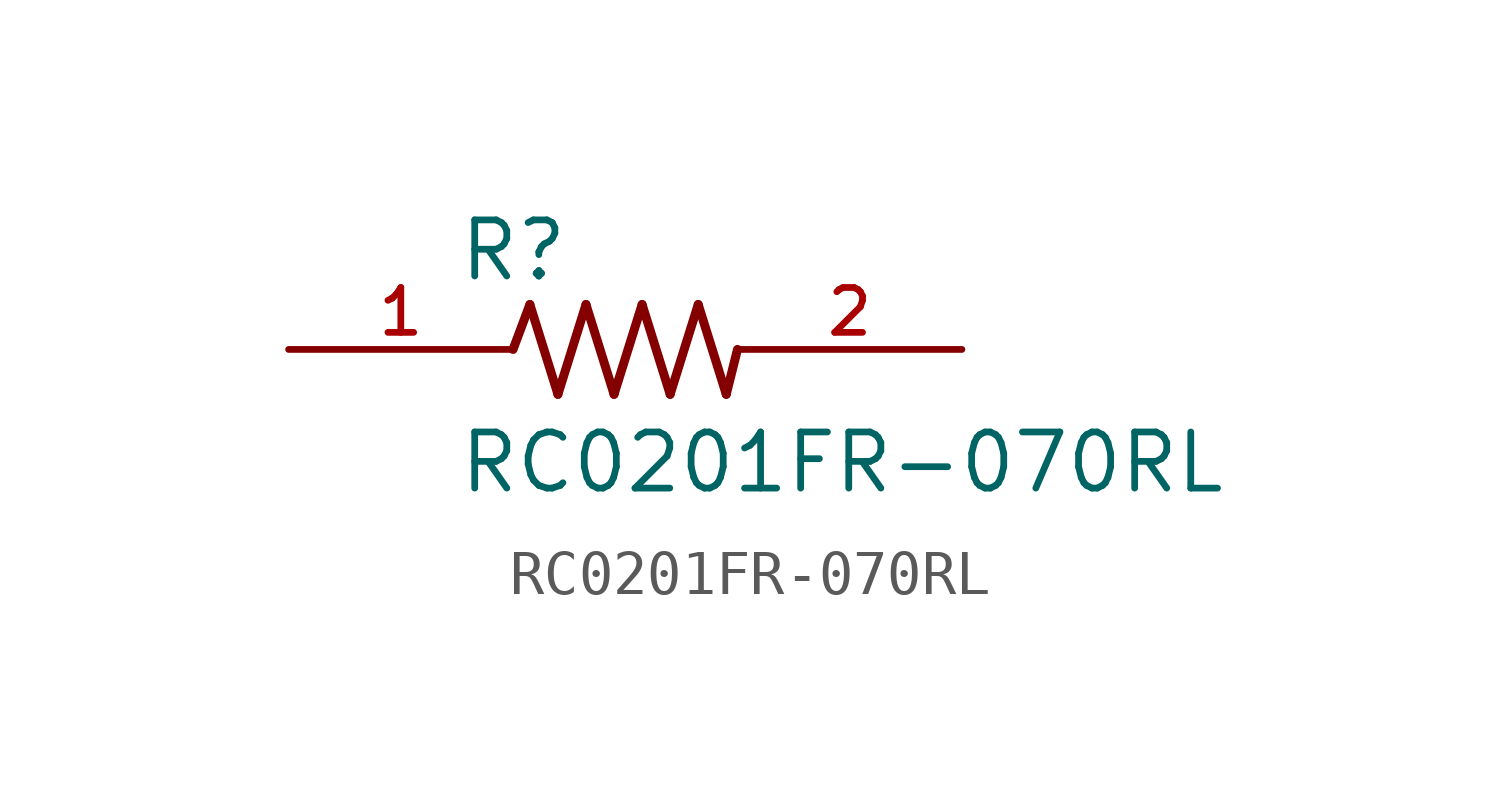
<source format=kicad_sym>
(kicad_symbol_lib
  (version 20211014)
  (generator kicad_symbol_editor)
  (symbol "RC0201FR-070RL"
    (pin_names
      (offset 1.016))
    (property "Reference" "R"
      (at -3.81 1.499 0)
      (effects (font (size 1.27 1.27)) (justify bottom left)))
    (property "Value" "RC0201FR-070RL"
      (at -3.81 -3.302 0)
      (effects (font (size 1.27 1.27)) (justify bottom left)))
    (symbol "RC0201FR-070RL_0_0"
      (polyline (pts (xy -2.54 0.0) (xy -2.159 1.016)) (stroke (width 0.203)))
      (polyline (pts (xy -2.159 1.016) (xy -1.524 -1.016)) (stroke (width 0.203)))
      (polyline (pts (xy -1.524 -1.016) (xy -0.889 1.016)) (stroke (width 0.203)))
      (polyline (pts (xy -0.889 1.016) (xy -0.254 -1.016)) (stroke (width 0.203)))
      (polyline (pts (xy -0.254 -1.016) (xy 0.381 1.016)) (stroke (width 0.203)))
      (polyline (pts (xy 0.381 1.016) (xy 1.016 -1.016)) (stroke (width 0.203)))
      (polyline (pts (xy 1.016 -1.016) (xy 1.651 1.016)) (stroke (width 0.203)))
      (polyline (pts (xy 1.651 1.016) (xy 2.286 -1.016)) (stroke (width 0.203)))
      (polyline (pts (xy 2.286 -1.016) (xy 2.54 0.0)) (stroke (width 0.203)))
      (pin passive line (at 7.62 0.0 180.0) (length 5.08) (name "~" (effects (font (size 1.016 1.016)))) (number "2" (effects (font (size 1.016 1.016)))))
      (pin passive line (at -7.62 0.0 0) (length 5.08) (name "~" (effects (font (size 1.016 1.016)))) (number "1" (effects (font (size 1.016 1.016))))))))
</source>
